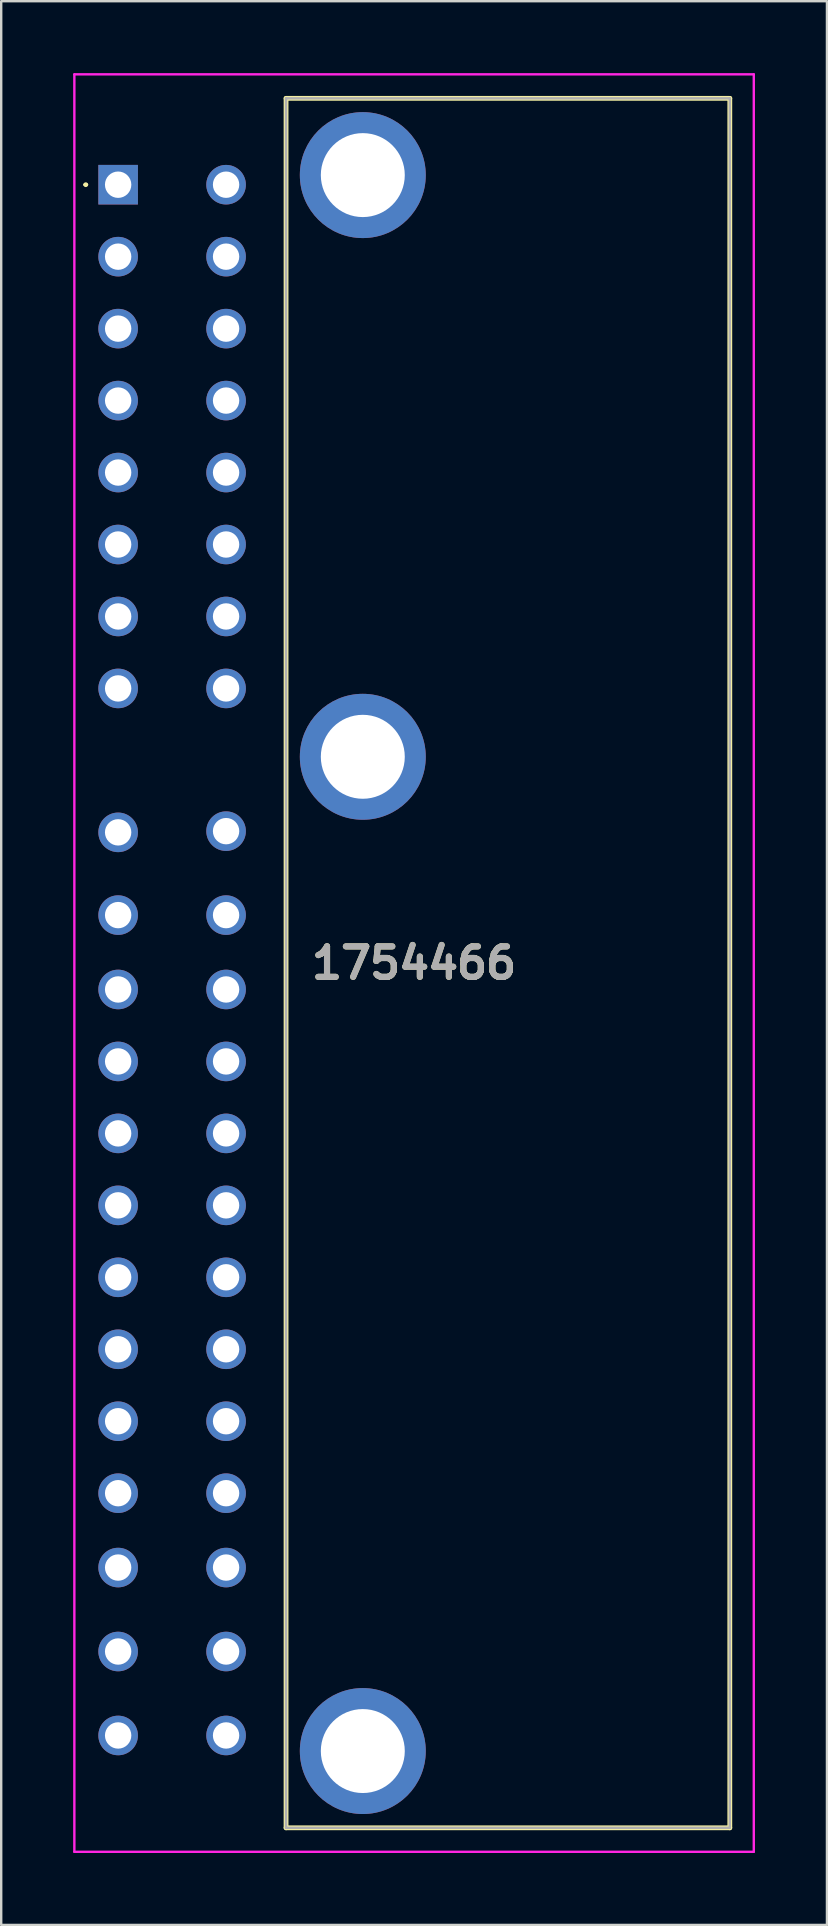
<source format=kicad_pcb>
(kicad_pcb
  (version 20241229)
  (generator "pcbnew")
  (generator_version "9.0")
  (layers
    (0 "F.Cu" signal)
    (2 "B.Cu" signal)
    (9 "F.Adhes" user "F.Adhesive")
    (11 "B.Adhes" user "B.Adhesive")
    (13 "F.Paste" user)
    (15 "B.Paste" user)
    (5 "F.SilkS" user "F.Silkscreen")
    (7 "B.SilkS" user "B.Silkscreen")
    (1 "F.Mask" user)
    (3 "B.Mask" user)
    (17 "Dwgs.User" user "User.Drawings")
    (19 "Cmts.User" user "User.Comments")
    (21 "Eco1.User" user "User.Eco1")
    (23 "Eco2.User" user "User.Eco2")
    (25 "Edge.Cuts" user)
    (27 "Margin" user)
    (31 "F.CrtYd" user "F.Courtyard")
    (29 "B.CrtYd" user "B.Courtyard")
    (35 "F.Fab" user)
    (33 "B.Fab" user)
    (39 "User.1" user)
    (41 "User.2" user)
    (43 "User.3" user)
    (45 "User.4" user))
  (footprint "1754466"
    (layer "F.Cu")
    (at 1.875 4.65)
    (property "Reference" "1754466" (at 12.337 32.45 0) (layer "F.SilkS") (effects (font (size 1.27 1.27) (thickness 0.254))))
    (attr through_hole)
    (fp_line (start -1.4 0) (end -1.4 0) (stroke (width 0.1) (type solid)) (layer "F.SilkS"))
    (fp_line (start -1.3 0) (end -1.3 0) (stroke (width 0.1) (type solid)) (layer "F.SilkS"))
    (fp_line (start 7 -3.6) (end 25.5 -3.6) (stroke (width 0.2) (type solid)) (layer "F.SilkS"))
    (fp_line (start 7 68.5) (end 7 -3.6) (stroke (width 0.2) (type solid)) (layer "F.SilkS"))
    (fp_line (start 25.5 -3.6) (end 25.5 68.5) (stroke (width 0.2) (type solid)) (layer "F.SilkS"))
    (fp_line (start 25.5 68.5) (end 7 68.5) (stroke (width 0.2) (type solid)) (layer "F.SilkS"))
    (fp_arc (start -1.4 0) (mid -1.35 -0.05) (end -1.3 0) (stroke (width 0.1) (type solid)) (layer "F.SilkS"))
    (fp_arc (start -1.3 0) (mid -1.35 0.05) (end -1.4 0) (stroke (width 0.1) (type solid)) (layer "F.SilkS"))
    (fp_line (start -1.825 -4.6) (end 26.5 -4.6) (stroke (width 0.1) (type solid)) (layer "F.CrtYd"))
    (fp_line (start -1.825 69.5) (end -1.825 -4.6) (stroke (width 0.1) (type solid)) (layer "F.CrtYd"))
    (fp_line (start 26.5 -4.6) (end 26.5 69.5) (stroke (width 0.1) (type solid)) (layer "F.CrtYd"))
    (fp_line (start 26.5 69.5) (end -1.825 69.5) (stroke (width 0.1) (type solid)) (layer "F.CrtYd"))
    (fp_line (start 7 -3.6) (end 7 68.5) (stroke (width 0.1) (type solid)) (layer "F.Fab"))
    (fp_line (start 7 68.5) (end 25.5 68.5) (stroke (width 0.1) (type solid)) (layer "F.Fab"))
    (fp_line (start 25.5 -3.6) (end 7 -3.6) (stroke (width 0.1) (type solid)) (layer "F.Fab"))
    (fp_line (start 25.5 68.5) (end 25.5 -3.6) (stroke (width 0.1) (type solid)) (layer "F.Fab"))
    (fp_text user "${REFERENCE}" (at 12.337 32.45 0) (layer "F.Fab") (effects (font (size 1.27 1.27) (thickness 0.254))))
    (pad "1" thru_hole rect (at 0 0) (size 1.65 1.65) (drill 1.1) (layers "*.Cu" "*.Mask"))
    (pad "2" thru_hole circle (at 0 3) (size 1.65 1.65) (drill 1.1) (layers "*.Cu" "*.Mask"))
    (pad "3" thru_hole circle (at 0 6) (size 1.65 1.65) (drill 1.1) (layers "*.Cu" "*.Mask"))
    (pad "4" thru_hole circle (at 0 9) (size 1.65 1.65) (drill 1.1) (layers "*.Cu" "*.Mask"))
    (pad "5" thru_hole circle (at 0 12) (size 1.65 1.65) (drill 1.1) (layers "*.Cu" "*.Mask"))
    (pad "6" thru_hole circle (at 0 15) (size 1.65 1.65) (drill 1.1) (layers "*.Cu" "*.Mask"))
    (pad "7" thru_hole circle (at 0 18) (size 1.65 1.65) (drill 1.1) (layers "*.Cu" "*.Mask"))
    (pad "8" thru_hole circle (at 0 21) (size 1.65 1.65) (drill 1.1) (layers "*.Cu" "*.Mask"))
    (pad "9" thru_hole circle (at 4.5 0) (size 1.65 1.65) (drill 1.1) (layers "*.Cu" "*.Mask"))
    (pad "10" thru_hole circle (at 4.5 3) (size 1.65 1.65) (drill 1.1) (layers "*.Cu" "*.Mask"))
    (pad "11" thru_hole circle (at 4.5 6) (size 1.65 1.65) (drill 1.1) (layers "*.Cu" "*.Mask"))
    (pad "12" thru_hole circle (at 4.5 9) (size 1.65 1.65) (drill 1.1) (layers "*.Cu" "*.Mask"))
    (pad "13" thru_hole circle (at 4.5 12) (size 1.65 1.65) (drill 1.1) (layers "*.Cu" "*.Mask"))
    (pad "14" thru_hole circle (at 4.5 15) (size 1.65 1.65) (drill 1.1) (layers "*.Cu" "*.Mask"))
    (pad "15" thru_hole circle (at 4.5 18) (size 1.65 1.65) (drill 1.1) (layers "*.Cu" "*.Mask"))
    (pad "16" thru_hole circle (at 4.5 21) (size 1.65 1.65) (drill 1.1) (layers "*.Cu" "*.Mask"))
    (pad "101" thru_hole circle (at 0 27) (size 1.65 1.65) (drill 1.1) (layers "*.Cu" "*.Mask"))
    (pad "102" thru_hole circle (at 0 30.45) (size 1.65 1.65) (drill 1.1) (layers "*.Cu" "*.Mask"))
    (pad "103" thru_hole circle (at 0 33.55) (size 1.65 1.65) (drill 1.1) (layers "*.Cu" "*.Mask"))
    (pad "104" thru_hole circle (at 0 36.55) (size 1.65 1.65) (drill 1.1) (layers "*.Cu" "*.Mask"))
    (pad "105" thru_hole circle (at 0 39.55) (size 1.65 1.65) (drill 1.1) (layers "*.Cu" "*.Mask"))
    (pad "106" thru_hole circle (at 0 42.55) (size 1.65 1.65) (drill 1.1) (layers "*.Cu" "*.Mask"))
    (pad "107" thru_hole circle (at 0 45.55) (size 1.65 1.65) (drill 1.1) (layers "*.Cu" "*.Mask"))
    (pad "108" thru_hole circle (at 0 48.55) (size 1.65 1.65) (drill 1.1) (layers "*.Cu" "*.Mask"))
    (pad "109" thru_hole circle (at 0 51.55) (size 1.65 1.65) (drill 1.1) (layers "*.Cu" "*.Mask"))
    (pad "110" thru_hole circle (at 0 54.55) (size 1.65 1.65) (drill 1.1) (layers "*.Cu" "*.Mask"))
    (pad "111" thru_hole circle (at 0 57.65) (size 1.65 1.65) (drill 1.1) (layers "*.Cu" "*.Mask"))
    (pad "112" thru_hole circle (at 0 61.15) (size 1.65 1.65) (drill 1.1) (layers "*.Cu" "*.Mask"))
    (pad "113" thru_hole circle (at 0 64.65) (size 1.65 1.65) (drill 1.1) (layers "*.Cu" "*.Mask"))
    (pad "114" thru_hole circle (at 4.5 26.95) (size 1.65 1.65) (drill 1.1) (layers "*.Cu" "*.Mask"))
    (pad "115" thru_hole circle (at 4.5 30.45) (size 1.65 1.65) (drill 1.1) (layers "*.Cu" "*.Mask"))
    (pad "116" thru_hole circle (at 4.5 33.55) (size 1.65 1.65) (drill 1.1) (layers "*.Cu" "*.Mask"))
    (pad "117" thru_hole circle (at 4.5 36.55) (size 1.65 1.65) (drill 1.1) (layers "*.Cu" "*.Mask"))
    (pad "118" thru_hole circle (at 4.5 39.55) (size 1.65 1.65) (drill 1.1) (layers "*.Cu" "*.Mask"))
    (pad "119" thru_hole circle (at 4.5 42.55) (size 1.65 1.65) (drill 1.1) (layers "*.Cu" "*.Mask"))
    (pad "120" thru_hole circle (at 4.5 45.55) (size 1.65 1.65) (drill 1.1) (layers "*.Cu" "*.Mask"))
    (pad "121" thru_hole circle (at 4.5 48.55) (size 1.65 1.65) (drill 1.1) (layers "*.Cu" "*.Mask"))
    (pad "122" thru_hole circle (at 4.5 51.55) (size 1.65 1.65) (drill 1.1) (layers "*.Cu" "*.Mask"))
    (pad "123" thru_hole circle (at 4.5 54.55) (size 1.65 1.65) (drill 1.1) (layers "*.Cu" "*.Mask"))
    (pad "124" thru_hole circle (at 4.5 57.65) (size 1.65 1.65) (drill 1.1) (layers "*.Cu" "*.Mask"))
    (pad "125" thru_hole circle (at 4.5 61.15) (size 1.65 1.65) (drill 1.1) (layers "*.Cu" "*.Mask"))
    (pad "126" thru_hole circle (at 4.5 64.65) (size 1.65 1.65) (drill 1.1) (layers "*.Cu" "*.Mask"))
    (pad "MH1" thru_hole circle (at 10.2 -0.4) (size 5.25 5.25) (drill 3.5) (layers "*.Cu" "*.Mask"))
    (pad "MH2" thru_hole circle (at 10.2 23.85) (size 5.25 5.25) (drill 3.5) (layers "*.Cu" "*.Mask"))
    (pad "MH3" thru_hole circle (at 10.2 65.3) (size 5.25 5.25) (drill 3.5) (layers "*.Cu" "*.Mask")))
  (gr_rect
    (start -3 -3)
    (end 31.425 77.2)
    (stroke (width 0.1) (type default))
    (fill no)
    (layer "Edge.Cuts")))
</source>
